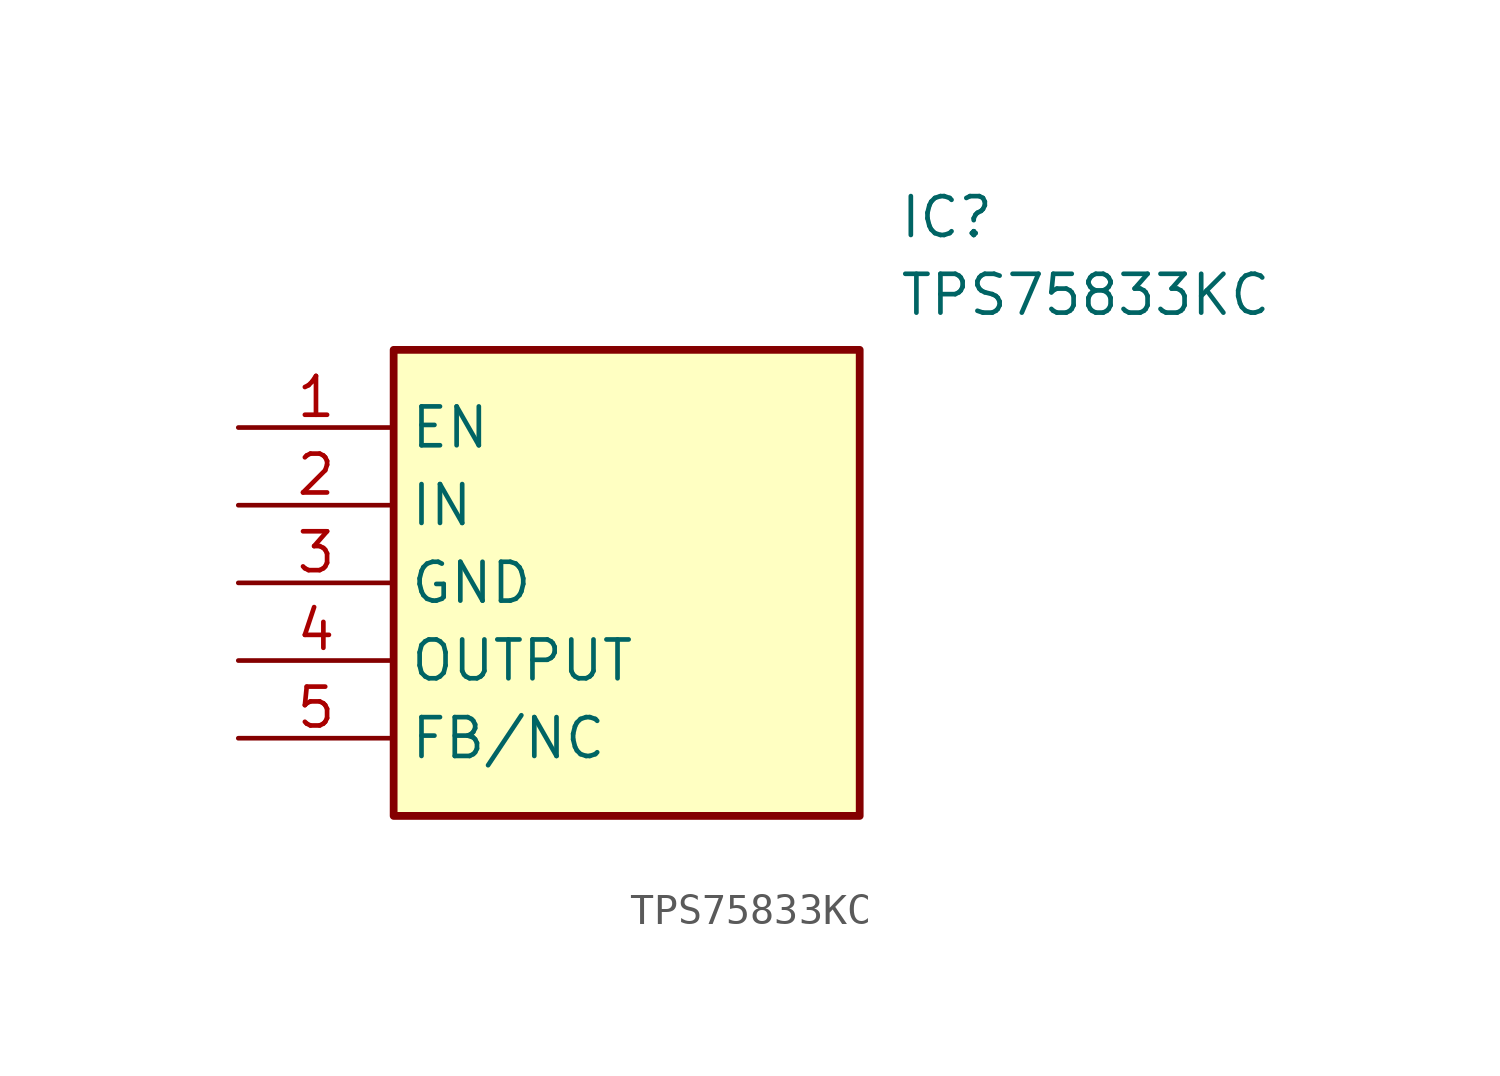
<source format=kicad_sym>
(kicad_symbol_lib
  (version 20211014)
  (generator SamacSys_ECAD_Model)
  (symbol "TPS75833KC"
    (property "Reference" "IC"
      (at 21.59 7.62 0)
      (effects (font (size 1.27 1.27)) (justify left top)))
    (property "Value" "TPS75833KC"
      (at 21.59 5.08 0)
      (effects (font (size 1.27 1.27)) (justify left top)))
    (rectangle
      (start 5.08 2.54)
      (end 20.32 -12.7)
      (stroke (width 0.254) (type default))
      (fill (type background)))
    (pin passive line
      (at 0 0 0)
      (length 5.08)
      (name "EN" (effects (font (size 1.27 1.27))))
      (number "1" (effects (font (size 1.27 1.27)))))
    (pin passive line
      (at 0 -2.54 0)
      (length 5.08)
      (name "IN" (effects (font (size 1.27 1.27))))
      (number "2" (effects (font (size 1.27 1.27)))))
    (pin passive line
      (at 0 -5.08 0)
      (length 5.08)
      (name "GND" (effects (font (size 1.27 1.27))))
      (number "3" (effects (font (size 1.27 1.27)))))
    (pin passive line
      (at 0 -7.62 0)
      (length 5.08)
      (name "OUTPUT" (effects (font (size 1.27 1.27))))
      (number "4" (effects (font (size 1.27 1.27)))))
    (pin passive line
      (at 0 -10.16 0)
      (length 5.08)
      (name "FB/NC" (effects (font (size 1.27 1.27))))
      (number "5" (effects (font (size 1.27 1.27)))))))
</source>
